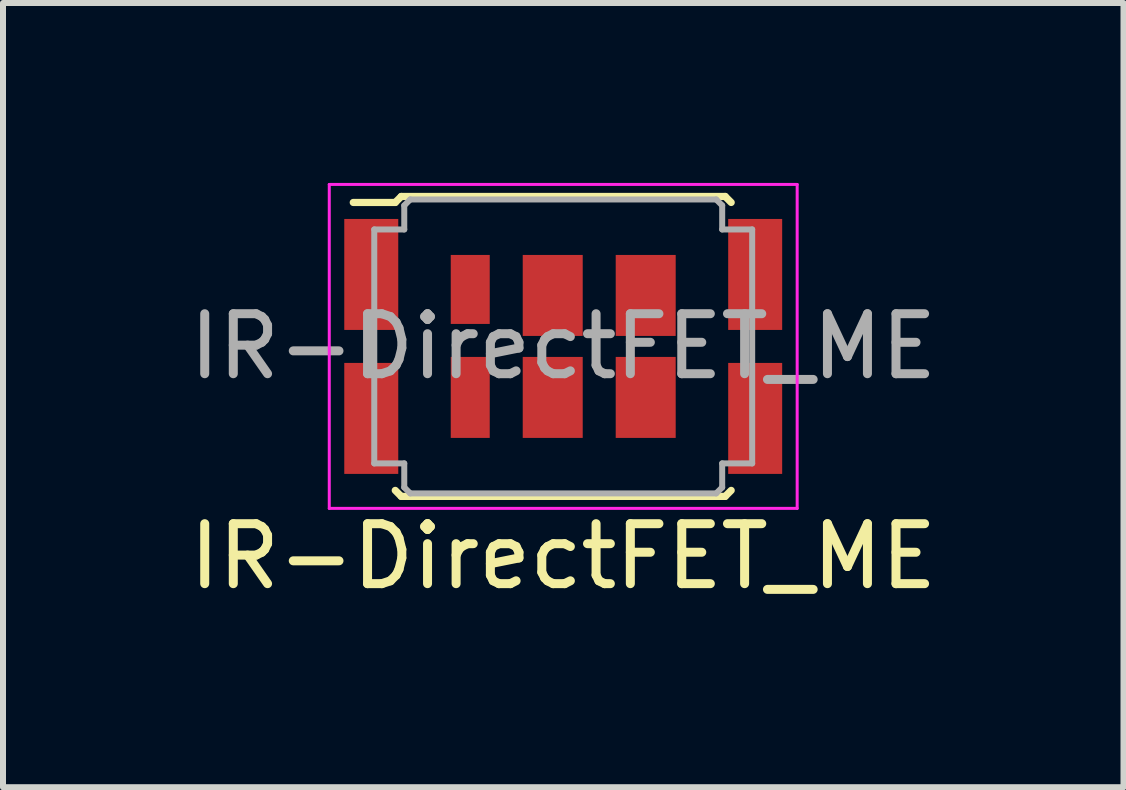
<source format=kicad_pcb>
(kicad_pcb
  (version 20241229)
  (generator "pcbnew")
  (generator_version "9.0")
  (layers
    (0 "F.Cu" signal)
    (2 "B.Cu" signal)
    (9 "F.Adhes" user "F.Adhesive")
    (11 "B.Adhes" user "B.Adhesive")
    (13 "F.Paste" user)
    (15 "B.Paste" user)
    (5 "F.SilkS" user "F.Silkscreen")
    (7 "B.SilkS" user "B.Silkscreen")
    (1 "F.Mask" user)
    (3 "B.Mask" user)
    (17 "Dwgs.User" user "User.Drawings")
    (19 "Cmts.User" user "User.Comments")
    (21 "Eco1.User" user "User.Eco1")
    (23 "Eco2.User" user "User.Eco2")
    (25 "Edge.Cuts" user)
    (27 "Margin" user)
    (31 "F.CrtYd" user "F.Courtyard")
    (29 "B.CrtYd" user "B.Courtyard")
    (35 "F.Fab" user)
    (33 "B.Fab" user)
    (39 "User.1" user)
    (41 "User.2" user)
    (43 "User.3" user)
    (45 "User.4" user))
  (footprint "IR-DirectFET_ME"
    (layer "F.Cu")
    (at 6.339 2.725)
    (property "Reference" "IR-DirectFET_ME" (at 0 3.5 0) (layer "F.SilkS") (effects (font (size 1 1) (thickness 0.15))))
    (attr smd)
    (fp_line (start -3.5 -2.4) (end -2.8 -2.4) (stroke (width 0.12) (type solid)) (layer "F.SilkS"))
    (fp_line (start -2.8 -2.4) (end -2.7 -2.5) (stroke (width 0.12) (type solid)) (layer "F.SilkS"))
    (fp_line (start -2.7 -2.5) (end 2.7 -2.5) (stroke (width 0.12) (type solid)) (layer "F.SilkS"))
    (fp_line (start -2.7 2.5) (end -2.8 2.4) (stroke (width 0.12) (type solid)) (layer "F.SilkS"))
    (fp_line (start 2.7 -2.5) (end 2.8 -2.4) (stroke (width 0.12) (type solid)) (layer "F.SilkS"))
    (fp_line (start 2.7 2.5) (end -2.7 2.5) (stroke (width 0.12) (type solid)) (layer "F.SilkS"))
    (fp_line (start 2.8 2.4) (end 2.7 2.5) (stroke (width 0.12) (type solid)) (layer "F.SilkS"))
    (fp_line (start -3.9 -2.7) (end -3.9 2.7) (stroke (width 0.05) (type solid)) (layer "F.CrtYd"))
    (fp_line (start -3.9 2.7) (end 3.9 2.7) (stroke (width 0.05) (type solid)) (layer "F.CrtYd"))
    (fp_line (start 3.9 -2.7) (end -3.9 -2.7) (stroke (width 0.05) (type solid)) (layer "F.CrtYd"))
    (fp_line (start 3.9 2.7) (end 3.9 -2.7) (stroke (width 0.05) (type solid)) (layer "F.CrtYd"))
    (fp_line (start -3.15 -1.95) (end -2.65 -1.95) (stroke (width 0.1) (type solid)) (layer "F.Fab"))
    (fp_line (start -3.15 1.95) (end -3.15 -1.95) (stroke (width 0.1) (type solid)) (layer "F.Fab"))
    (fp_line (start -3.15 1.95) (end -2.65 1.95) (stroke (width 0.1) (type solid)) (layer "F.Fab"))
    (fp_line (start -2.65 -2.35) (end -2.55 -2.45) (stroke (width 0.1) (type solid)) (layer "F.Fab"))
    (fp_line (start -2.65 -1.95) (end -2.65 -2.35) (stroke (width 0.1) (type solid)) (layer "F.Fab"))
    (fp_line (start -2.65 1.95) (end -2.65 2.35) (stroke (width 0.1) (type solid)) (layer "F.Fab"))
    (fp_line (start -2.65 2.35) (end -2.55 2.45) (stroke (width 0.1) (type solid)) (layer "F.Fab"))
    (fp_line (start -2.55 2.45) (end 2.55 2.45) (stroke (width 0.1) (type solid)) (layer "F.Fab"))
    (fp_line (start 2.55 -2.45) (end -2.55 -2.45) (stroke (width 0.1) (type solid)) (layer "F.Fab"))
    (fp_line (start 2.55 -2.45) (end 2.65 -2.35) (stroke (width 0.1) (type solid)) (layer "F.Fab"))
    (fp_line (start 2.65 -2.35) (end 2.65 -1.95) (stroke (width 0.1) (type solid)) (layer "F.Fab"))
    (fp_line (start 2.65 -1.95) (end 3.15 -1.95) (stroke (width 0.1) (type solid)) (layer "F.Fab"))
    (fp_line (start 2.65 1.95) (end 2.65 2.35) (stroke (width 0.1) (type solid)) (layer "F.Fab"))
    (fp_line (start 2.65 2.35) (end 2.55 2.45) (stroke (width 0.1) (type solid)) (layer "F.Fab"))
    (fp_line (start 3.15 -1.95) (end 3.15 1.95) (stroke (width 0.1) (type solid)) (layer "F.Fab"))
    (fp_line (start 3.15 1.95) (end 2.65 1.95) (stroke (width 0.1) (type solid)) (layer "F.Fab"))
    (fp_text user "${REFERENCE}" (at 0 0 0) (layer "F.Fab") (effects (font (size 1 1) (thickness 0.15))))
    (pad "1" smd rect (at -3.2 -1.2) (size 0.9 1.85) (layers "F.Cu" "F.Mask" "F.Paste"))
    (pad "1" smd rect (at -3.2 1.2) (size 0.9 1.85) (layers "F.Cu" "F.Mask" "F.Paste"))
    (pad "1" smd rect (at 3.2 -1.2) (size 0.9 1.85) (layers "F.Cu" "F.Mask" "F.Paste"))
    (pad "1" smd rect (at 3.2 1.2) (size 0.9 1.85) (layers "F.Cu" "F.Mask" "F.Paste"))
    (pad "2" smd rect (at -1.55 -0.95) (size 0.65 1.15) (layers "F.Cu" "F.Mask" "F.Paste"))
    (pad "2" smd rect (at -1.55 0.85) (size 0.65 1.35) (layers "F.Cu" "F.Mask" "F.Paste"))
    (pad "3" smd rect (at -0.175 -0.85) (size 1 1.35) (layers "F.Cu" "F.Mask" "F.Paste"))
    (pad "3" smd rect (at -0.175 0.85) (size 1 1.35) (layers "F.Cu" "F.Mask" "F.Paste"))
    (pad "3" smd rect (at 1.375 -0.85) (size 1 1.35) (layers "F.Cu" "F.Mask" "F.Paste"))
    (pad "3" smd rect (at 1.375 0.85) (size 1 1.35) (layers "F.Cu" "F.Mask" "F.Paste")))
  (gr_rect
    (start -3 -3)
    (end 15.679 10.073)
    (stroke (width 0.1) (type default))
    (fill no)
    (layer "Edge.Cuts")))
</source>
